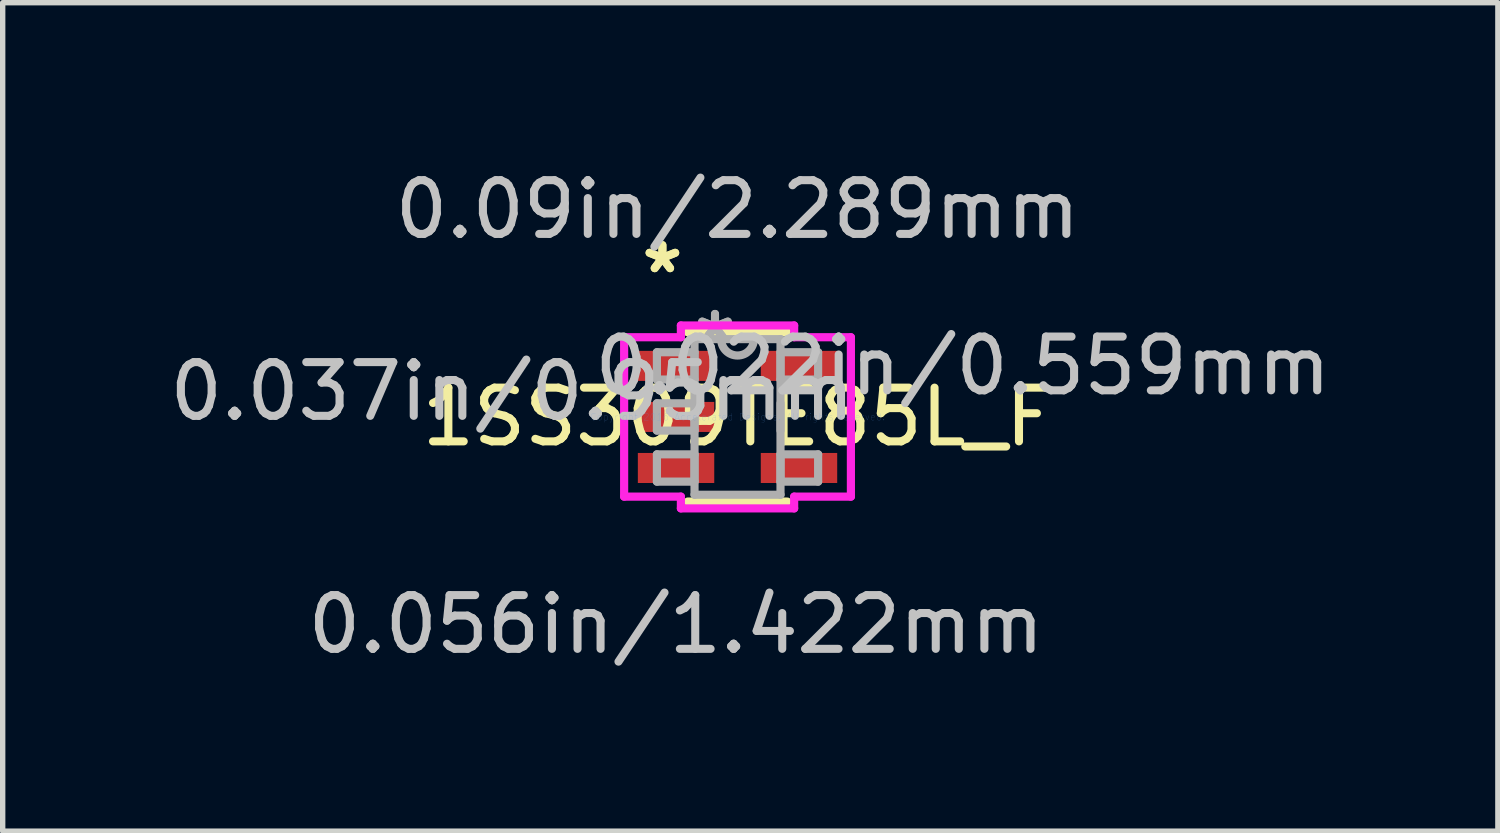
<source format=kicad_pcb>
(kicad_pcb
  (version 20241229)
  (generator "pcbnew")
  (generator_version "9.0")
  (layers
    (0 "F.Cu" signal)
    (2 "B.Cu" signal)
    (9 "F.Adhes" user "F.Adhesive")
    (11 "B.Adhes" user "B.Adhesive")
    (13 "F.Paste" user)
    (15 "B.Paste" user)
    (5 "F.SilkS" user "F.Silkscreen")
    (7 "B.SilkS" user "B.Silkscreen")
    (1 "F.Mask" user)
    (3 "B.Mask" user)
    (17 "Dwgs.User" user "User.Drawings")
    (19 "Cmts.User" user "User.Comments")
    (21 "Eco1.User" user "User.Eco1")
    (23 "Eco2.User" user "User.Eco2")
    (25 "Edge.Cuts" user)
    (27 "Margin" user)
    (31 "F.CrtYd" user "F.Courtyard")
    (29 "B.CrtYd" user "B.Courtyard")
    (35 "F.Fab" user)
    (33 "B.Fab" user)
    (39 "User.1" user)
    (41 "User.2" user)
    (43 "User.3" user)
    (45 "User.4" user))
  (footprint "1SS309TE85L_F"
    (layer "F.Cu")
    (at 10.675 4.709)
    (property "Reference" "1SS309TE85L_F" (at 0 0 0) (layer "F.SilkS") (effects (font (size 1 1) (thickness 0.15))))
    (attr through_hole)
    (fp_line (start -0.927 1.575) (end 0.927 1.575) (stroke (width 0.152) (type solid)) (layer "F.SilkS"))
    (fp_line (start 0.927 -1.575) (end -0.927 -1.575) (stroke (width 0.152) (type solid)) (layer "F.SilkS"))
    (fp_line (start -2.11 -1.483) (end -1.054 -1.483) (stroke (width 0.152) (type solid)) (layer "F.CrtYd"))
    (fp_line (start -2.11 1.483) (end -2.11 -1.483) (stroke (width 0.152) (type solid)) (layer "F.CrtYd"))
    (fp_line (start -1.054 -1.702) (end 1.054 -1.702) (stroke (width 0.152) (type solid)) (layer "F.CrtYd"))
    (fp_line (start -1.054 -1.483) (end -1.054 -1.702) (stroke (width 0.152) (type solid)) (layer "F.CrtYd"))
    (fp_line (start -1.054 1.483) (end -2.11 1.483) (stroke (width 0.152) (type solid)) (layer "F.CrtYd"))
    (fp_line (start -1.054 1.702) (end -1.054 1.483) (stroke (width 0.152) (type solid)) (layer "F.CrtYd"))
    (fp_line (start 1.054 -1.702) (end 1.054 -1.483) (stroke (width 0.152) (type solid)) (layer "F.CrtYd"))
    (fp_line (start 1.054 -1.483) (end 2.11 -1.483) (stroke (width 0.152) (type solid)) (layer "F.CrtYd"))
    (fp_line (start 1.054 1.483) (end 1.054 1.702) (stroke (width 0.152) (type solid)) (layer "F.CrtYd"))
    (fp_line (start 1.054 1.702) (end -1.054 1.702) (stroke (width 0.152) (type solid)) (layer "F.CrtYd"))
    (fp_line (start 2.11 -1.483) (end 2.11 1.483) (stroke (width 0.152) (type solid)) (layer "F.CrtYd"))
    (fp_line (start 2.11 1.483) (end 1.054 1.483) (stroke (width 0.152) (type solid)) (layer "F.CrtYd"))
    (fp_line (start -1.5 -1.204) (end -1.5 -0.696) (stroke (width 0.152) (type solid)) (layer "F.Fab"))
    (fp_line (start -1.5 -0.696) (end -0.8 -0.696) (stroke (width 0.152) (type solid)) (layer "F.Fab"))
    (fp_line (start -1.5 -0.254) (end -1.5 0.254) (stroke (width 0.152) (type solid)) (layer "F.Fab"))
    (fp_line (start -1.5 0.254) (end -0.8 0.254) (stroke (width 0.152) (type solid)) (layer "F.Fab"))
    (fp_line (start -1.5 0.696) (end -1.5 1.204) (stroke (width 0.152) (type solid)) (layer "F.Fab"))
    (fp_line (start -1.5 1.204) (end -0.8 1.204) (stroke (width 0.152) (type solid)) (layer "F.Fab"))
    (fp_line (start -0.8 -1.448) (end -0.8 1.448) (stroke (width 0.152) (type solid)) (layer "F.Fab"))
    (fp_line (start -0.8 -1.204) (end -1.5 -1.204) (stroke (width 0.152) (type solid)) (layer "F.Fab"))
    (fp_line (start -0.8 -0.696) (end -0.8 -1.204) (stroke (width 0.152) (type solid)) (layer "F.Fab"))
    (fp_line (start -0.8 -0.254) (end -1.5 -0.254) (stroke (width 0.152) (type solid)) (layer "F.Fab"))
    (fp_line (start -0.8 0.254) (end -0.8 -0.254) (stroke (width 0.152) (type solid)) (layer "F.Fab"))
    (fp_line (start -0.8 0.696) (end -1.5 0.696) (stroke (width 0.152) (type solid)) (layer "F.Fab"))
    (fp_line (start -0.8 1.204) (end -0.8 0.696) (stroke (width 0.152) (type solid)) (layer "F.Fab"))
    (fp_line (start -0.8 1.448) (end 0.8 1.448) (stroke (width 0.152) (type solid)) (layer "F.Fab"))
    (fp_line (start 0.8 -1.448) (end -0.8 -1.448) (stroke (width 0.152) (type solid)) (layer "F.Fab"))
    (fp_line (start 0.8 -1.204) (end 0.8 -0.696) (stroke (width 0.152) (type solid)) (layer "F.Fab"))
    (fp_line (start 0.8 -0.696) (end 1.5 -0.696) (stroke (width 0.152) (type solid)) (layer "F.Fab"))
    (fp_line (start 0.8 -0.254) (end 0.8 0.254) (stroke (width 0.152) (type solid)) (layer "F.Fab"))
    (fp_line (start 0.8 0.696) (end 0.8 1.204) (stroke (width 0.152) (type solid)) (layer "F.Fab"))
    (fp_line (start 0.8 1.204) (end 1.5 1.204) (stroke (width 0.152) (type solid)) (layer "F.Fab"))
    (fp_line (start 0.8 1.448) (end 0.8 -1.448) (stroke (width 0.152) (type solid)) (layer "F.Fab"))
    (fp_line (start 1.5 -1.204) (end 0.8 -1.204) (stroke (width 0.152) (type solid)) (layer "F.Fab"))
    (fp_line (start 1.5 -0.696) (end 1.5 -1.204) (stroke (width 0.152) (type solid)) (layer "F.Fab"))
    (fp_line (start 1.5 0.696) (end 0.8 0.696) (stroke (width 0.152) (type solid)) (layer "F.Fab"))
    (fp_line (start 1.5 1.204) (end 1.5 0.696) (stroke (width 0.152) (type solid)) (layer "F.Fab"))
    (fp_arc (start 0.3048 -1.4478) (mid 0 -1.143) (end -0.3048 -1.4478) (stroke (width 0.1524) (type solid)) (layer "F.Fab"))
    (fp_text user "*" (at -1.398 -2.652 0) (layer "F.SilkS") (effects (font (size 1 1) (thickness 0.15))))
    (fp_text user "*" (at -1.398 -2.652 0) (layer "F.SilkS") (effects (font (size 1 1) (thickness 0.15))))
    (fp_text user "0.09in/2.289mm" (at 0 -3.861 0) (layer "Dwgs.User") (effects (font (size 1 1) (thickness 0.15))))
    (fp_text user "0.056in/1.422mm" (at -1.144 3.861 0) (layer "Dwgs.User") (effects (font (size 1 1) (thickness 0.15))))
    (fp_text user "0.037in/0.95mm" (at -4.192 -0.475 0) (layer "Dwgs.User") (effects (font (size 1 1) (thickness 0.15))))
    (fp_text user "0.022in/0.559mm" (at 4.192 -0.95 0) (layer "Dwgs.User") (effects (font (size 1 1) (thickness 0.15))))
    (fp_text user "Copyright 2016 Accelerated Designs. All rights reserved." (at 0 0 0) (layer "Cmts.User") (effects (font (size 0.127 0.127) (thickness 0.002))))
    (fp_text user "*" (at -0.419 -1.372 0) (layer "F.Fab") (effects (font (size 1 1) (thickness 0.15))))
    (fp_text user "*" (at -0.419 -1.372 0) (layer "F.Fab") (effects (font (size 1 1) (thickness 0.15))))
    (pad "1" smd rect (at -1.144 -0.95) (size 1.422 0.559) (layers "F.Cu" "F.Mask" "F.Paste"))
    (pad "2" smd rect (at -1.144 0) (size 1.422 0.559) (layers "F.Cu" "F.Mask" "F.Paste"))
    (pad "3" smd rect (at -1.144 0.95) (size 1.422 0.559) (layers "F.Cu" "F.Mask" "F.Paste"))
    (pad "4" smd rect (at 1.144 0.95) (size 1.422 0.559) (layers "F.Cu" "F.Mask" "F.Paste"))
    (pad "5" smd rect (at 1.144 -0.95) (size 1.422 0.559) (layers "F.Cu" "F.Mask" "F.Paste")))
  (gr_rect
    (start -3 -3)
    (end 24.825 12.418)
    (stroke (width 0.1) (type default))
    (fill no)
    (layer "Edge.Cuts")))
</source>
